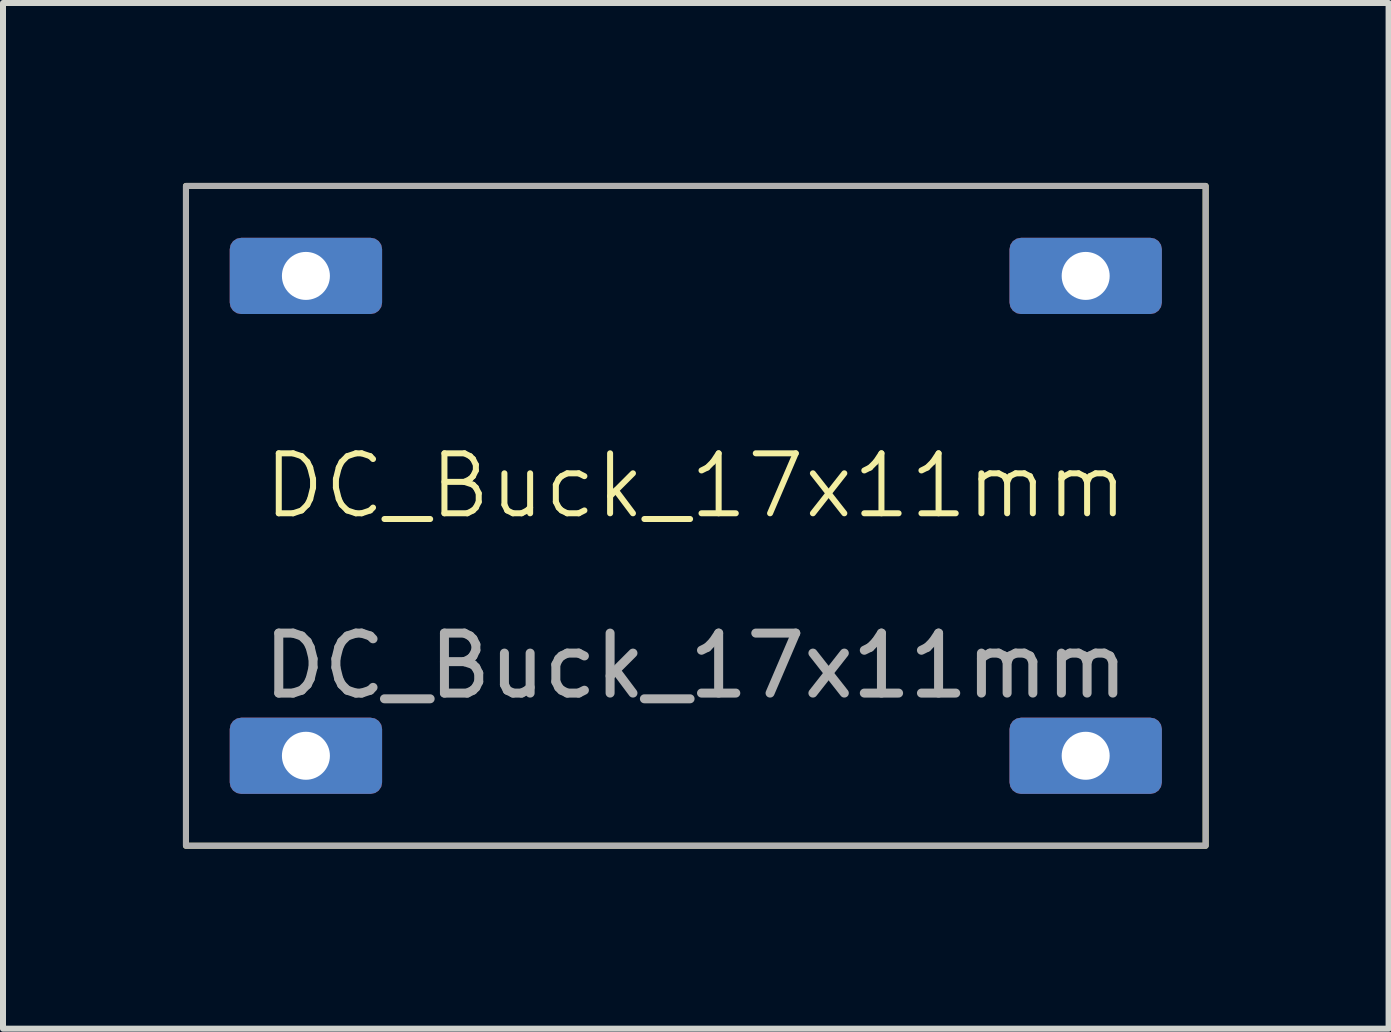
<source format=kicad_pcb>
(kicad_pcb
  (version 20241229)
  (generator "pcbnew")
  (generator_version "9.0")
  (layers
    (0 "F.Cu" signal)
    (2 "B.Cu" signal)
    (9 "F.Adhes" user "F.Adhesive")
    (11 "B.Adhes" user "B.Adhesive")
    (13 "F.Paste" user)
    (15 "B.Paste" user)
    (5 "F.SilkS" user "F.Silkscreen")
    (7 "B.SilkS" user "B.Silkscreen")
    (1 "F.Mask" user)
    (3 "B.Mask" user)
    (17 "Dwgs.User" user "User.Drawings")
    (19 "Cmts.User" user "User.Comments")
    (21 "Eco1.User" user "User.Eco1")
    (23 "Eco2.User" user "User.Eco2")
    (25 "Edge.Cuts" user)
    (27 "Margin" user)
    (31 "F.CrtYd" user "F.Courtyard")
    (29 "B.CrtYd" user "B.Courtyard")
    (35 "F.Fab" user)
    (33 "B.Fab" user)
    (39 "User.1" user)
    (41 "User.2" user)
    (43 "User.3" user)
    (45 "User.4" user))
  (footprint "DC_Buck_17x11mm"
    (layer "F.Cu")
    (at 8.55 5.55)
    (property "Reference" "DC_Buck_17x11mm" (at 0 -0.5 0) (unlocked yes) (layer "F.SilkS") (effects (font (size 1 1) (thickness 0.1))))
    (attr through_hole)
    (fp_rect (start -8.5 -5.5) (end 8.5 5.5) (stroke (width 0.1) (type solid)) (fill no) (layer "F.SilkS"))
    (fp_rect (start -8.5 -5.5) (end 8.5 5.5) (stroke (width 0.1) (type default)) (fill no) (layer "F.Fab"))
    (fp_text user "${REFERENCE}" (at 0 2.5 0) (unlocked yes) (layer "F.Fab") (effects (font (size 1 1) (thickness 0.15))))
    (pad "1" thru_hole roundrect (at -6.5 -4) (size 2.54 1.27) (drill 0.8) (layers "*.Cu" "*.Mask") (roundrect_rratio 0.15))
    (pad "2" thru_hole roundrect (at -6.5 4) (size 2.54 1.27) (drill 0.8) (layers "*.Cu" "*.Mask") (roundrect_rratio 0.15))
    (pad "3" thru_hole roundrect (at 6.5 -4) (size 2.54 1.27) (drill 0.8) (layers "*.Cu" "*.Mask") (roundrect_rratio 0.15))
    (pad "4" thru_hole roundrect (at 6.5 4) (size 2.54 1.27) (drill 0.8) (layers "*.Cu" "*.Mask") (roundrect_rratio 0.15)))
  (gr_rect
    (start -3 -3)
    (end 20.1 14.1)
    (stroke (width 0.1) (type default))
    (fill no)
    (layer "Edge.Cuts")))
</source>
